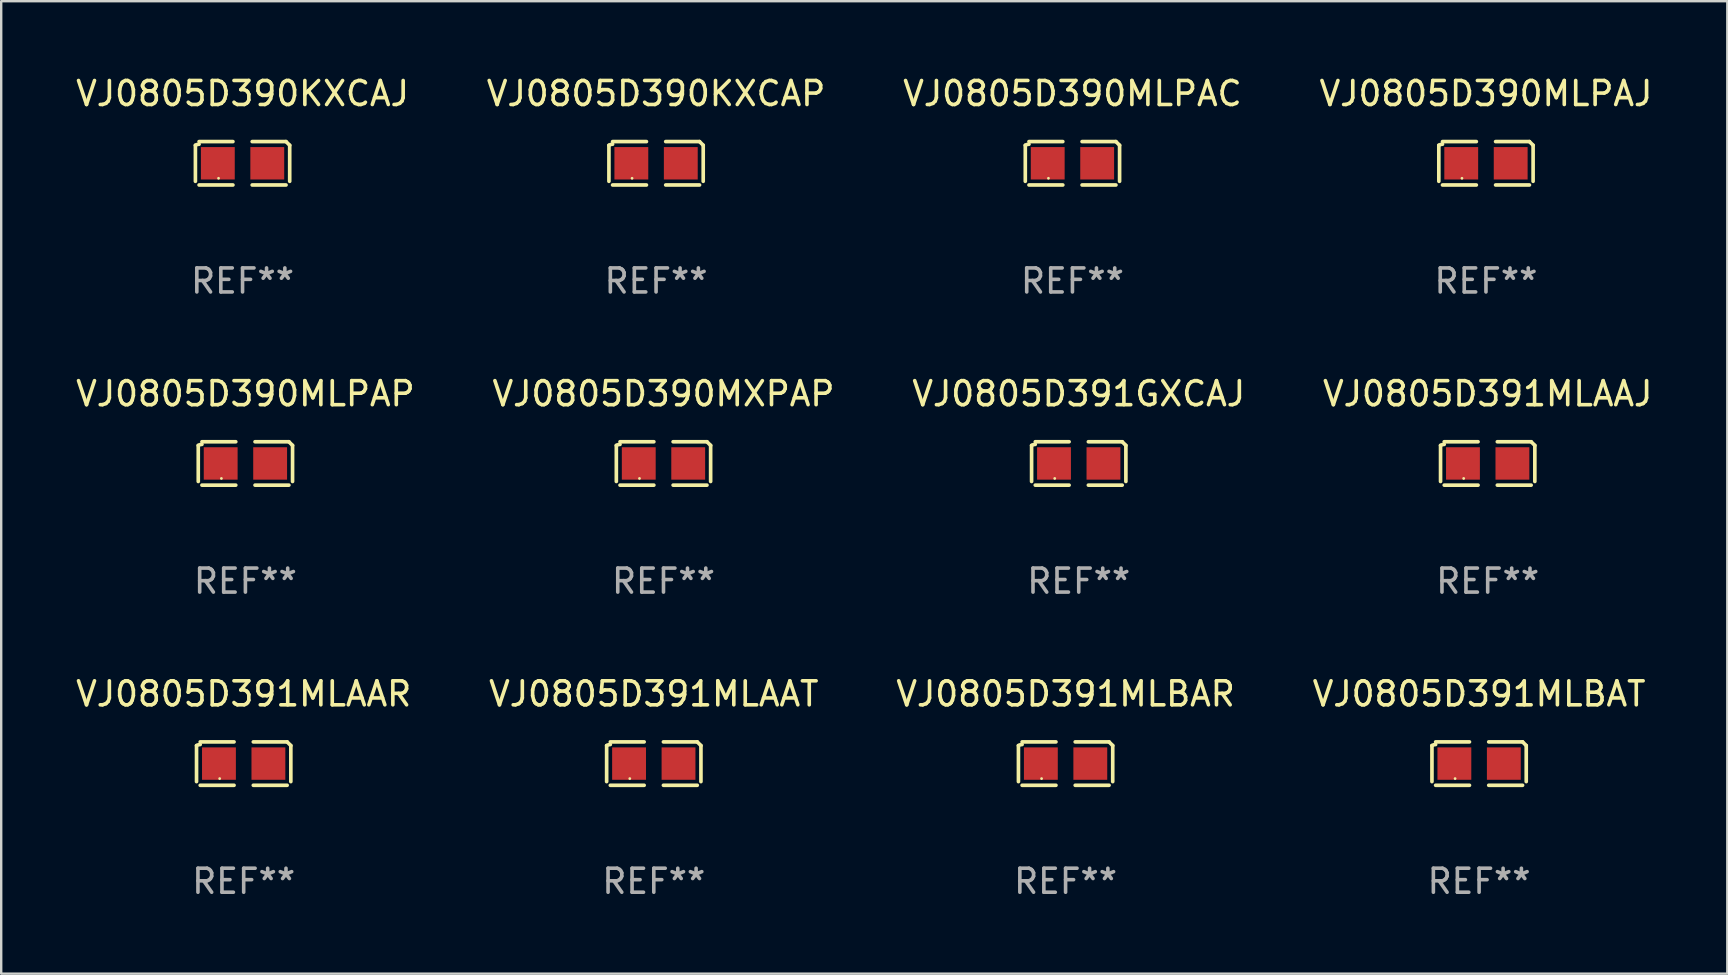
<source format=kicad_pcb>
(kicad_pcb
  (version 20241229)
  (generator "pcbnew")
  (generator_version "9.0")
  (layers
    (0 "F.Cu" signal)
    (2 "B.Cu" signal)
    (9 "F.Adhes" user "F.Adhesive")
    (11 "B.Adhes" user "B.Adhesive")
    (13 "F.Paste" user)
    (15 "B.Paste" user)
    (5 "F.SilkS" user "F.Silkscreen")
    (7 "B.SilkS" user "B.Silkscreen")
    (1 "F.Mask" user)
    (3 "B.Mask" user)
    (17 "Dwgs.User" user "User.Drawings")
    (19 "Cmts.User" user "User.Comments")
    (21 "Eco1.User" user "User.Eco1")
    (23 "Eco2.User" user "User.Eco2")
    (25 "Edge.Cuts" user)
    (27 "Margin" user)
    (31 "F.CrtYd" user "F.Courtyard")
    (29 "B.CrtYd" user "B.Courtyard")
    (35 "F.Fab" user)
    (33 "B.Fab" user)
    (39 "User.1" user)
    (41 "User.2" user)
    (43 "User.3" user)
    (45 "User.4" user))
  (footprint "VJ0805D390MLPAJ"
    (layer "F.Cu")
    (at 58.851 3.752)
    (property "Reference" "VJ0805D390MLPAJ" (at 0 -2.904 0) (layer "F.SilkS") (effects (font (size 1 1) (thickness 0.15))))
    (attr through_hole)
    (fp_line (start -1.964 0.751) (end -1.964 -0.751) (stroke (width 0.152) (type solid)) (layer "F.SilkS"))
    (fp_line (start -1.811 -0.904) (end -0.401 -0.904) (stroke (width 0.152) (type solid)) (layer "F.SilkS"))
    (fp_line (start -0.401 0.904) (end -1.811 0.904) (stroke (width 0.152) (type solid)) (layer "F.SilkS"))
    (fp_line (start 0.401 0.904) (end 1.811 0.904) (stroke (width 0.152) (type solid)) (layer "F.SilkS"))
    (fp_line (start 1.811 -0.904) (end 0.401 -0.904) (stroke (width 0.152) (type solid)) (layer "F.SilkS"))
    (fp_line (start 1.964 0.751) (end 1.964 -0.751) (stroke (width 0.152) (type solid)) (layer "F.SilkS"))
    (fp_arc (start -1.963602 -0.751207) (mid -1.890354 -0.783131) (end -1.811201 -0.794044) (stroke (width 0.1524) (type solid)) (layer "F.SilkS"))
    (fp_arc (start 1.811202 -0.903607) (mid 1.887413 -0.827418) (end 1.963602 -0.751207) (stroke (width 0.1524) (type solid)) (layer "F.SilkS"))
    (fp_circle (center -1 0.625) (end -0.97 0.625) (stroke (width 0.06) (type solid)) (fill no) (layer "F.SilkS"))
    (fp_text user "REF**" (at 0 4.904 0) (layer "F.Fab") (effects (font (size 1 1) (thickness 0.15))))
    (pad "1" smd rect (at -1.03 0) (size 1.41 1.35) (layers "F.Cu" "F.Mask" "F.Paste"))
    (pad "2" smd rect (at 1.03 0) (size 1.41 1.35) (layers "F.Cu" "F.Mask" "F.Paste")))
  (footprint "VJ0805D390MLPAP"
    (layer "F.Cu")
    (at 7.173 16.256)
    (property "Reference" "VJ0805D390MLPAP" (at 0 -2.904 0) (layer "F.SilkS") (effects (font (size 1 1) (thickness 0.15))))
    (attr through_hole)
    (fp_line (start -1.964 0.751) (end -1.964 -0.751) (stroke (width 0.152) (type solid)) (layer "F.SilkS"))
    (fp_line (start -1.811 -0.904) (end -0.401 -0.904) (stroke (width 0.152) (type solid)) (layer "F.SilkS"))
    (fp_line (start -0.401 0.904) (end -1.811 0.904) (stroke (width 0.152) (type solid)) (layer "F.SilkS"))
    (fp_line (start 0.401 0.904) (end 1.811 0.904) (stroke (width 0.152) (type solid)) (layer "F.SilkS"))
    (fp_line (start 1.811 -0.904) (end 0.401 -0.904) (stroke (width 0.152) (type solid)) (layer "F.SilkS"))
    (fp_line (start 1.964 0.751) (end 1.964 -0.751) (stroke (width 0.152) (type solid)) (layer "F.SilkS"))
    (fp_arc (start -1.963602 -0.751207) (mid -1.890354 -0.783131) (end -1.811201 -0.794044) (stroke (width 0.1524) (type solid)) (layer "F.SilkS"))
    (fp_arc (start 1.811202 -0.903607) (mid 1.887413 -0.827418) (end 1.963602 -0.751207) (stroke (width 0.1524) (type solid)) (layer "F.SilkS"))
    (fp_circle (center -1 0.625) (end -0.97 0.625) (stroke (width 0.06) (type solid)) (fill no) (layer "F.SilkS"))
    (fp_text user "REF**" (at 0 4.904 0) (layer "F.Fab") (effects (font (size 1 1) (thickness 0.15))))
    (pad "1" smd rect (at -1.03 0) (size 1.41 1.35) (layers "F.Cu" "F.Mask" "F.Paste"))
    (pad "2" smd rect (at 1.03 0) (size 1.41 1.35) (layers "F.Cu" "F.Mask" "F.Paste")))
  (footprint "VJ0805D390MLPAC"
    (layer "F.Cu")
    (at 41.625 3.752)
    (property "Reference" "VJ0805D390MLPAC" (at 0 -2.904 0) (layer "F.SilkS") (effects (font (size 1 1) (thickness 0.15))))
    (attr through_hole)
    (fp_line (start -1.964 0.751) (end -1.964 -0.751) (stroke (width 0.152) (type solid)) (layer "F.SilkS"))
    (fp_line (start -1.811 -0.904) (end -0.401 -0.904) (stroke (width 0.152) (type solid)) (layer "F.SilkS"))
    (fp_line (start -0.401 0.904) (end -1.811 0.904) (stroke (width 0.152) (type solid)) (layer "F.SilkS"))
    (fp_line (start 0.401 0.904) (end 1.811 0.904) (stroke (width 0.152) (type solid)) (layer "F.SilkS"))
    (fp_line (start 1.811 -0.904) (end 0.401 -0.904) (stroke (width 0.152) (type solid)) (layer "F.SilkS"))
    (fp_line (start 1.964 0.751) (end 1.964 -0.751) (stroke (width 0.152) (type solid)) (layer "F.SilkS"))
    (fp_arc (start -1.963602 -0.751207) (mid -1.890354 -0.783131) (end -1.811201 -0.794044) (stroke (width 0.1524) (type solid)) (layer "F.SilkS"))
    (fp_arc (start 1.811202 -0.903607) (mid 1.887413 -0.827418) (end 1.963602 -0.751207) (stroke (width 0.1524) (type solid)) (layer "F.SilkS"))
    (fp_circle (center -1 0.625) (end -0.97 0.625) (stroke (width 0.06) (type solid)) (fill no) (layer "F.SilkS"))
    (fp_text user "REF**" (at 0 4.904 0) (layer "F.Fab") (effects (font (size 1 1) (thickness 0.15))))
    (pad "1" smd rect (at -1.03 0) (size 1.41 1.35) (layers "F.Cu" "F.Mask" "F.Paste"))
    (pad "2" smd rect (at 1.03 0) (size 1.41 1.35) (layers "F.Cu" "F.Mask" "F.Paste")))
  (footprint "VJ0805D391MLAAR"
    (layer "F.Cu")
    (at 7.101 28.759)
    (property "Reference" "VJ0805D391MLAAR" (at 0 -2.904 0) (layer "F.SilkS") (effects (font (size 1 1) (thickness 0.15))))
    (attr through_hole)
    (fp_line (start -1.964 0.751) (end -1.964 -0.751) (stroke (width 0.152) (type solid)) (layer "F.SilkS"))
    (fp_line (start -1.811 -0.904) (end -0.401 -0.904) (stroke (width 0.152) (type solid)) (layer "F.SilkS"))
    (fp_line (start -0.401 0.904) (end -1.811 0.904) (stroke (width 0.152) (type solid)) (layer "F.SilkS"))
    (fp_line (start 0.401 0.904) (end 1.811 0.904) (stroke (width 0.152) (type solid)) (layer "F.SilkS"))
    (fp_line (start 1.811 -0.904) (end 0.401 -0.904) (stroke (width 0.152) (type solid)) (layer "F.SilkS"))
    (fp_line (start 1.964 0.751) (end 1.964 -0.751) (stroke (width 0.152) (type solid)) (layer "F.SilkS"))
    (fp_arc (start -1.963602 -0.751207) (mid -1.890354 -0.783131) (end -1.811201 -0.794044) (stroke (width 0.1524) (type solid)) (layer "F.SilkS"))
    (fp_arc (start 1.811202 -0.903607) (mid 1.887413 -0.827418) (end 1.963602 -0.751207) (stroke (width 0.1524) (type solid)) (layer "F.SilkS"))
    (fp_circle (center -1 0.625) (end -0.97 0.625) (stroke (width 0.06) (type solid)) (fill no) (layer "F.SilkS"))
    (fp_text user "REF**" (at 0 4.904 0) (layer "F.Fab") (effects (font (size 1 1) (thickness 0.15))))
    (pad "1" smd rect (at -1.03 0) (size 1.41 1.35) (layers "F.Cu" "F.Mask" "F.Paste"))
    (pad "2" smd rect (at 1.03 0) (size 1.41 1.35) (layers "F.Cu" "F.Mask" "F.Paste")))
  (footprint "VJ0805D391MLBAR"
    (layer "F.Cu")
    (at 41.339 28.759)
    (property "Reference" "VJ0805D391MLBAR" (at 0 -2.904 0) (layer "F.SilkS") (effects (font (size 1 1) (thickness 0.15))))
    (attr through_hole)
    (fp_line (start -1.964 0.751) (end -1.964 -0.751) (stroke (width 0.152) (type solid)) (layer "F.SilkS"))
    (fp_line (start -1.811 -0.904) (end -0.401 -0.904) (stroke (width 0.152) (type solid)) (layer "F.SilkS"))
    (fp_line (start -0.401 0.904) (end -1.811 0.904) (stroke (width 0.152) (type solid)) (layer "F.SilkS"))
    (fp_line (start 0.401 0.904) (end 1.811 0.904) (stroke (width 0.152) (type solid)) (layer "F.SilkS"))
    (fp_line (start 1.811 -0.904) (end 0.401 -0.904) (stroke (width 0.152) (type solid)) (layer "F.SilkS"))
    (fp_line (start 1.964 0.751) (end 1.964 -0.751) (stroke (width 0.152) (type solid)) (layer "F.SilkS"))
    (fp_arc (start -1.963602 -0.751207) (mid -1.890354 -0.783131) (end -1.811201 -0.794044) (stroke (width 0.1524) (type solid)) (layer "F.SilkS"))
    (fp_arc (start 1.811202 -0.903607) (mid 1.887413 -0.827418) (end 1.963602 -0.751207) (stroke (width 0.1524) (type solid)) (layer "F.SilkS"))
    (fp_circle (center -1 0.625) (end -0.97 0.625) (stroke (width 0.06) (type solid)) (fill no) (layer "F.SilkS"))
    (fp_text user "REF**" (at 0 4.904 0) (layer "F.Fab") (effects (font (size 1 1) (thickness 0.15))))
    (pad "1" smd rect (at -1.03 0) (size 1.41 1.35) (layers "F.Cu" "F.Mask" "F.Paste"))
    (pad "2" smd rect (at 1.03 0) (size 1.41 1.35) (layers "F.Cu" "F.Mask" "F.Paste")))
  (footprint "VJ0805D390KXCAP"
    (layer "F.Cu")
    (at 24.28 3.752)
    (property "Reference" "VJ0805D390KXCAP" (at 0 -2.904 0) (layer "F.SilkS") (effects (font (size 1 1) (thickness 0.15))))
    (attr through_hole)
    (fp_line (start -1.964 0.751) (end -1.964 -0.751) (stroke (width 0.152) (type solid)) (layer "F.SilkS"))
    (fp_line (start -1.811 -0.904) (end -0.401 -0.904) (stroke (width 0.152) (type solid)) (layer "F.SilkS"))
    (fp_line (start -0.401 0.904) (end -1.811 0.904) (stroke (width 0.152) (type solid)) (layer "F.SilkS"))
    (fp_line (start 0.401 0.904) (end 1.811 0.904) (stroke (width 0.152) (type solid)) (layer "F.SilkS"))
    (fp_line (start 1.811 -0.904) (end 0.401 -0.904) (stroke (width 0.152) (type solid)) (layer "F.SilkS"))
    (fp_line (start 1.964 0.751) (end 1.964 -0.751) (stroke (width 0.152) (type solid)) (layer "F.SilkS"))
    (fp_arc (start -1.963602 -0.751207) (mid -1.890354 -0.783131) (end -1.811201 -0.794044) (stroke (width 0.1524) (type solid)) (layer "F.SilkS"))
    (fp_arc (start 1.811202 -0.903607) (mid 1.887413 -0.827418) (end 1.963602 -0.751207) (stroke (width 0.1524) (type solid)) (layer "F.SilkS"))
    (fp_circle (center -1 0.625) (end -0.97 0.625) (stroke (width 0.06) (type solid)) (fill no) (layer "F.SilkS"))
    (fp_text user "REF**" (at 0 4.904 0) (layer "F.Fab") (effects (font (size 1 1) (thickness 0.15))))
    (pad "1" smd rect (at -1.03 0) (size 1.41 1.35) (layers "F.Cu" "F.Mask" "F.Paste"))
    (pad "2" smd rect (at 1.03 0) (size 1.41 1.35) (layers "F.Cu" "F.Mask" "F.Paste")))
  (footprint "VJ0805D390MXPAP"
    (layer "F.Cu")
    (at 24.589 16.256)
    (property "Reference" "VJ0805D390MXPAP" (at 0 -2.904 0) (layer "F.SilkS") (effects (font (size 1 1) (thickness 0.15))))
    (attr through_hole)
    (fp_line (start -1.964 0.751) (end -1.964 -0.751) (stroke (width 0.152) (type solid)) (layer "F.SilkS"))
    (fp_line (start -1.811 -0.904) (end -0.401 -0.904) (stroke (width 0.152) (type solid)) (layer "F.SilkS"))
    (fp_line (start -0.401 0.904) (end -1.811 0.904) (stroke (width 0.152) (type solid)) (layer "F.SilkS"))
    (fp_line (start 0.401 0.904) (end 1.811 0.904) (stroke (width 0.152) (type solid)) (layer "F.SilkS"))
    (fp_line (start 1.811 -0.904) (end 0.401 -0.904) (stroke (width 0.152) (type solid)) (layer "F.SilkS"))
    (fp_line (start 1.964 0.751) (end 1.964 -0.751) (stroke (width 0.152) (type solid)) (layer "F.SilkS"))
    (fp_arc (start -1.963602 -0.751207) (mid -1.890354 -0.783131) (end -1.811201 -0.794044) (stroke (width 0.1524) (type solid)) (layer "F.SilkS"))
    (fp_arc (start 1.811202 -0.903607) (mid 1.887413 -0.827418) (end 1.963602 -0.751207) (stroke (width 0.1524) (type solid)) (layer "F.SilkS"))
    (fp_circle (center -1 0.625) (end -0.97 0.625) (stroke (width 0.06) (type solid)) (fill no) (layer "F.SilkS"))
    (fp_text user "REF**" (at 0 4.904 0) (layer "F.Fab") (effects (font (size 1 1) (thickness 0.15))))
    (pad "1" smd rect (at -1.03 0) (size 1.41 1.35) (layers "F.Cu" "F.Mask" "F.Paste"))
    (pad "2" smd rect (at 1.03 0) (size 1.41 1.35) (layers "F.Cu" "F.Mask" "F.Paste")))
  (footprint "VJ0805D391GXCAJ"
    (layer "F.Cu")
    (at 41.887 16.256)
    (property "Reference" "VJ0805D391GXCAJ" (at 0 -2.904 0) (layer "F.SilkS") (effects (font (size 1 1) (thickness 0.15))))
    (attr through_hole)
    (fp_line (start -1.964 0.751) (end -1.964 -0.751) (stroke (width 0.152) (type solid)) (layer "F.SilkS"))
    (fp_line (start -1.811 -0.904) (end -0.401 -0.904) (stroke (width 0.152) (type solid)) (layer "F.SilkS"))
    (fp_line (start -0.401 0.904) (end -1.811 0.904) (stroke (width 0.152) (type solid)) (layer "F.SilkS"))
    (fp_line (start 0.401 0.904) (end 1.811 0.904) (stroke (width 0.152) (type solid)) (layer "F.SilkS"))
    (fp_line (start 1.811 -0.904) (end 0.401 -0.904) (stroke (width 0.152) (type solid)) (layer "F.SilkS"))
    (fp_line (start 1.964 0.751) (end 1.964 -0.751) (stroke (width 0.152) (type solid)) (layer "F.SilkS"))
    (fp_arc (start -1.963602 -0.751207) (mid -1.890354 -0.783131) (end -1.811201 -0.794044) (stroke (width 0.1524) (type solid)) (layer "F.SilkS"))
    (fp_arc (start 1.811202 -0.903607) (mid 1.887413 -0.827418) (end 1.963602 -0.751207) (stroke (width 0.1524) (type solid)) (layer "F.SilkS"))
    (fp_circle (center -1 0.625) (end -0.97 0.625) (stroke (width 0.06) (type solid)) (fill no) (layer "F.SilkS"))
    (fp_text user "REF**" (at 0 4.904 0) (layer "F.Fab") (effects (font (size 1 1) (thickness 0.15))))
    (pad "1" smd rect (at -1.03 0) (size 1.41 1.35) (layers "F.Cu" "F.Mask" "F.Paste"))
    (pad "2" smd rect (at 1.03 0) (size 1.41 1.35) (layers "F.Cu" "F.Mask" "F.Paste")))
  (footprint "VJ0805D391MLBAT"
    (layer "F.Cu")
    (at 58.565 28.759)
    (property "Reference" "VJ0805D391MLBAT" (at 0 -2.904 0) (layer "F.SilkS") (effects (font (size 1 1) (thickness 0.15))))
    (attr through_hole)
    (fp_line (start -1.964 0.751) (end -1.964 -0.751) (stroke (width 0.152) (type solid)) (layer "F.SilkS"))
    (fp_line (start -1.811 -0.904) (end -0.401 -0.904) (stroke (width 0.152) (type solid)) (layer "F.SilkS"))
    (fp_line (start -0.401 0.904) (end -1.811 0.904) (stroke (width 0.152) (type solid)) (layer "F.SilkS"))
    (fp_line (start 0.401 0.904) (end 1.811 0.904) (stroke (width 0.152) (type solid)) (layer "F.SilkS"))
    (fp_line (start 1.811 -0.904) (end 0.401 -0.904) (stroke (width 0.152) (type solid)) (layer "F.SilkS"))
    (fp_line (start 1.964 0.751) (end 1.964 -0.751) (stroke (width 0.152) (type solid)) (layer "F.SilkS"))
    (fp_arc (start -1.963602 -0.751207) (mid -1.890354 -0.783131) (end -1.811201 -0.794044) (stroke (width 0.1524) (type solid)) (layer "F.SilkS"))
    (fp_arc (start 1.811202 -0.903607) (mid 1.887413 -0.827418) (end 1.963602 -0.751207) (stroke (width 0.1524) (type solid)) (layer "F.SilkS"))
    (fp_circle (center -1 0.625) (end -0.97 0.625) (stroke (width 0.06) (type solid)) (fill no) (layer "F.SilkS"))
    (fp_text user "REF**" (at 0 4.904 0) (layer "F.Fab") (effects (font (size 1 1) (thickness 0.15))))
    (pad "1" smd rect (at -1.03 0) (size 1.41 1.35) (layers "F.Cu" "F.Mask" "F.Paste"))
    (pad "2" smd rect (at 1.03 0) (size 1.41 1.35) (layers "F.Cu" "F.Mask" "F.Paste")))
  (footprint "VJ0805D391MLAAJ"
    (layer "F.Cu")
    (at 58.923 16.256)
    (property "Reference" "VJ0805D391MLAAJ" (at 0 -2.904 0) (layer "F.SilkS") (effects (font (size 1 1) (thickness 0.15))))
    (attr through_hole)
    (fp_line (start -1.964 0.751) (end -1.964 -0.751) (stroke (width 0.152) (type solid)) (layer "F.SilkS"))
    (fp_line (start -1.811 -0.904) (end -0.401 -0.904) (stroke (width 0.152) (type solid)) (layer "F.SilkS"))
    (fp_line (start -0.401 0.904) (end -1.811 0.904) (stroke (width 0.152) (type solid)) (layer "F.SilkS"))
    (fp_line (start 0.401 0.904) (end 1.811 0.904) (stroke (width 0.152) (type solid)) (layer "F.SilkS"))
    (fp_line (start 1.811 -0.904) (end 0.401 -0.904) (stroke (width 0.152) (type solid)) (layer "F.SilkS"))
    (fp_line (start 1.964 0.751) (end 1.964 -0.751) (stroke (width 0.152) (type solid)) (layer "F.SilkS"))
    (fp_arc (start -1.963602 -0.751207) (mid -1.890354 -0.783131) (end -1.811201 -0.794044) (stroke (width 0.1524) (type solid)) (layer "F.SilkS"))
    (fp_arc (start 1.811202 -0.903607) (mid 1.887413 -0.827418) (end 1.963602 -0.751207) (stroke (width 0.1524) (type solid)) (layer "F.SilkS"))
    (fp_circle (center -1 0.625) (end -0.97 0.625) (stroke (width 0.06) (type solid)) (fill no) (layer "F.SilkS"))
    (fp_text user "REF**" (at 0 4.904 0) (layer "F.Fab") (effects (font (size 1 1) (thickness 0.15))))
    (pad "1" smd rect (at -1.03 0) (size 1.41 1.35) (layers "F.Cu" "F.Mask" "F.Paste"))
    (pad "2" smd rect (at 1.03 0) (size 1.41 1.35) (layers "F.Cu" "F.Mask" "F.Paste")))
  (footprint "VJ0805D390KXCAJ"
    (layer "F.Cu")
    (at 7.054 3.752)
    (property "Reference" "VJ0805D390KXCAJ" (at 0 -2.904 0) (layer "F.SilkS") (effects (font (size 1 1) (thickness 0.15))))
    (attr through_hole)
    (fp_line (start -1.964 0.751) (end -1.964 -0.751) (stroke (width 0.152) (type solid)) (layer "F.SilkS"))
    (fp_line (start -1.811 -0.904) (end -0.401 -0.904) (stroke (width 0.152) (type solid)) (layer "F.SilkS"))
    (fp_line (start -0.401 0.904) (end -1.811 0.904) (stroke (width 0.152) (type solid)) (layer "F.SilkS"))
    (fp_line (start 0.401 0.904) (end 1.811 0.904) (stroke (width 0.152) (type solid)) (layer "F.SilkS"))
    (fp_line (start 1.811 -0.904) (end 0.401 -0.904) (stroke (width 0.152) (type solid)) (layer "F.SilkS"))
    (fp_line (start 1.964 0.751) (end 1.964 -0.751) (stroke (width 0.152) (type solid)) (layer "F.SilkS"))
    (fp_arc (start -1.963602 -0.751207) (mid -1.890354 -0.783131) (end -1.811201 -0.794044) (stroke (width 0.1524) (type solid)) (layer "F.SilkS"))
    (fp_arc (start 1.811202 -0.903607) (mid 1.887413 -0.827418) (end 1.963602 -0.751207) (stroke (width 0.1524) (type solid)) (layer "F.SilkS"))
    (fp_circle (center -1 0.625) (end -0.97 0.625) (stroke (width 0.06) (type solid)) (fill no) (layer "F.SilkS"))
    (fp_text user "REF**" (at 0 4.904 0) (layer "F.Fab") (effects (font (size 1 1) (thickness 0.15))))
    (pad "1" smd rect (at -1.03 0) (size 1.41 1.35) (layers "F.Cu" "F.Mask" "F.Paste"))
    (pad "2" smd rect (at 1.03 0) (size 1.41 1.35) (layers "F.Cu" "F.Mask" "F.Paste")))
  (footprint "VJ0805D391MLAAT"
    (layer "F.Cu")
    (at 24.185 28.759)
    (property "Reference" "VJ0805D391MLAAT" (at 0 -2.904 0) (layer "F.SilkS") (effects (font (size 1 1) (thickness 0.15))))
    (attr through_hole)
    (fp_line (start -1.964 0.751) (end -1.964 -0.751) (stroke (width 0.152) (type solid)) (layer "F.SilkS"))
    (fp_line (start -1.811 -0.904) (end -0.401 -0.904) (stroke (width 0.152) (type solid)) (layer "F.SilkS"))
    (fp_line (start -0.401 0.904) (end -1.811 0.904) (stroke (width 0.152) (type solid)) (layer "F.SilkS"))
    (fp_line (start 0.401 0.904) (end 1.811 0.904) (stroke (width 0.152) (type solid)) (layer "F.SilkS"))
    (fp_line (start 1.811 -0.904) (end 0.401 -0.904) (stroke (width 0.152) (type solid)) (layer "F.SilkS"))
    (fp_line (start 1.964 0.751) (end 1.964 -0.751) (stroke (width 0.152) (type solid)) (layer "F.SilkS"))
    (fp_arc (start -1.963602 -0.751207) (mid -1.890354 -0.783131) (end -1.811201 -0.794044) (stroke (width 0.1524) (type solid)) (layer "F.SilkS"))
    (fp_arc (start 1.811202 -0.903607) (mid 1.887413 -0.827418) (end 1.963602 -0.751207) (stroke (width 0.1524) (type solid)) (layer "F.SilkS"))
    (fp_circle (center -1 0.625) (end -0.97 0.625) (stroke (width 0.06) (type solid)) (fill no) (layer "F.SilkS"))
    (fp_text user "REF**" (at 0 4.904 0) (layer "F.Fab") (effects (font (size 1 1) (thickness 0.15))))
    (pad "1" smd rect (at -1.03 0) (size 1.41 1.35) (layers "F.Cu" "F.Mask" "F.Paste"))
    (pad "2" smd rect (at 1.03 0) (size 1.41 1.35) (layers "F.Cu" "F.Mask" "F.Paste")))
  (gr_rect
    (start -3 -3)
    (end 68.905 37.511)
    (stroke (width 0.1) (type default))
    (fill no)
    (layer "Edge.Cuts")))
</source>
